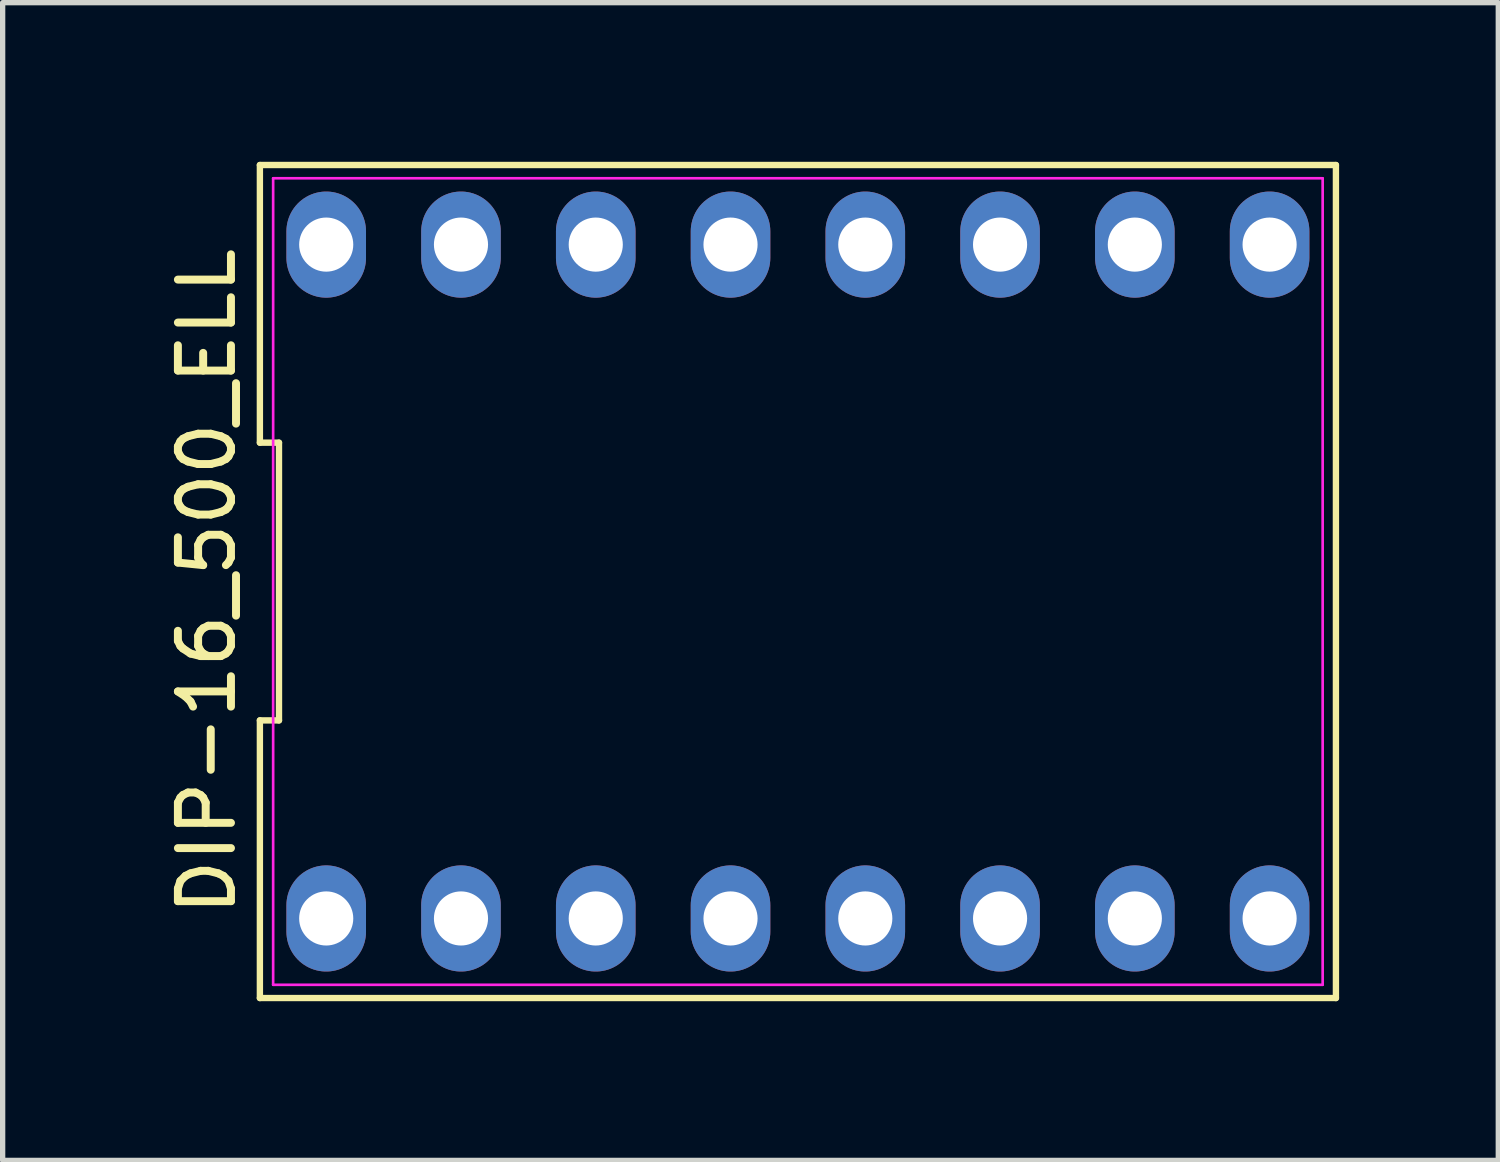
<source format=kicad_pcb>
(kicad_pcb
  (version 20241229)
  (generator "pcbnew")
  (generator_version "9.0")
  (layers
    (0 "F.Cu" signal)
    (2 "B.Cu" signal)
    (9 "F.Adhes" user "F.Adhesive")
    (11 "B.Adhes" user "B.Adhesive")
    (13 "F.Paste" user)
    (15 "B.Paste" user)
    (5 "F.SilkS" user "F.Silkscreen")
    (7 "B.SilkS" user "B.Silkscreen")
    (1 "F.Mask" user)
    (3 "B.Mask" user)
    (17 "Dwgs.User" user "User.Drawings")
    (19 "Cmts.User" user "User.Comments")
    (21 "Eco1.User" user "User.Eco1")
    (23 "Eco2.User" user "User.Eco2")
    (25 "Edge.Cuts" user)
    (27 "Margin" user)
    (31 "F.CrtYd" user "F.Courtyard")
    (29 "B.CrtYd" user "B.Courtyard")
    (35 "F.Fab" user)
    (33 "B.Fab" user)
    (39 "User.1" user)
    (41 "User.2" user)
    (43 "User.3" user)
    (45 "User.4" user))
  (footprint "DIP-16_500_ELL"
    (layer "F.Cu")
    (at 11.988 7.91)
    (property "Reference" "DIP-16_500_ELL" (at -11.14 0 90) (layer "F.SilkS") (effects (font (size 1 1) (thickness 0.15))))
    (attr through_hole)
    (fp_line (start -10.14 -7.85) (end -10.14 -2.617) (stroke (width 0.12) (type default)) (layer "F.SilkS"))
    (fp_line (start -10.14 -2.617) (end -9.78 -2.617) (stroke (width 0.12) (type default)) (layer "F.SilkS"))
    (fp_line (start -10.14 2.617) (end -10.14 7.85) (stroke (width 0.12) (type default)) (layer "F.SilkS"))
    (fp_line (start -10.14 7.85) (end 10.14 7.85) (stroke (width 0.12) (type default)) (layer "F.SilkS"))
    (fp_line (start -9.78 -2.617) (end -9.78 2.617) (stroke (width 0.12) (type default)) (layer "F.SilkS"))
    (fp_line (start -9.78 2.617) (end -10.14 2.617) (stroke (width 0.12) (type default)) (layer "F.SilkS"))
    (fp_line (start 10.14 -7.85) (end -10.14 -7.85) (stroke (width 0.12) (type default)) (layer "F.SilkS"))
    (fp_line (start 10.14 7.85) (end 10.14 -7.85) (stroke (width 0.12) (type default)) (layer "F.SilkS"))
    (fp_line (start -9.89 -7.6) (end 9.89 -7.6) (stroke (width 0.05) (type default)) (layer "F.CrtYd"))
    (fp_line (start -9.89 7.6) (end -9.89 -7.6) (stroke (width 0.05) (type default)) (layer "F.CrtYd"))
    (fp_line (start 9.89 -7.6) (end 9.89 7.6) (stroke (width 0.05) (type default)) (layer "F.CrtYd"))
    (fp_line (start 9.89 7.6) (end -9.89 7.6) (stroke (width 0.05) (type default)) (layer "F.CrtYd"))
    (pad "1" thru_hole oval (at -8.89 6.35) (size 1.5 2) (drill 1.02) (layers "*.Cu" "*.Mask"))
    (pad "2" thru_hole oval (at -6.35 6.35) (size 1.5 2) (drill 1.02) (layers "*.Cu" "*.Mask"))
    (pad "3" thru_hole oval (at -3.81 6.35) (size 1.5 2) (drill 1.02) (layers "*.Cu" "*.Mask"))
    (pad "4" thru_hole oval (at -1.27 6.35) (size 1.5 2) (drill 1.02) (layers "*.Cu" "*.Mask"))
    (pad "5" thru_hole oval (at 1.27 6.35) (size 1.5 2) (drill 1.02) (layers "*.Cu" "*.Mask"))
    (pad "6" thru_hole oval (at 3.81 6.35) (size 1.5 2) (drill 1.02) (layers "*.Cu" "*.Mask"))
    (pad "7" thru_hole oval (at 6.35 6.35) (size 1.5 2) (drill 1.02) (layers "*.Cu" "*.Mask"))
    (pad "8" thru_hole oval (at 8.89 6.35) (size 1.5 2) (drill 1.02) (layers "*.Cu" "*.Mask"))
    (pad "9" thru_hole oval (at 8.89 -6.35) (size 1.5 2) (drill 1.02) (layers "*.Cu" "*.Mask"))
    (pad "10" thru_hole oval (at 6.35 -6.35) (size 1.5 2) (drill 1.02) (layers "*.Cu" "*.Mask"))
    (pad "11" thru_hole oval (at 3.81 -6.35) (size 1.5 2) (drill 1.02) (layers "*.Cu" "*.Mask"))
    (pad "12" thru_hole oval (at 1.27 -6.35) (size 1.5 2) (drill 1.02) (layers "*.Cu" "*.Mask"))
    (pad "13" thru_hole oval (at -1.27 -6.35) (size 1.5 2) (drill 1.02) (layers "*.Cu" "*.Mask"))
    (pad "14" thru_hole oval (at -3.81 -6.35) (size 1.5 2) (drill 1.02) (layers "*.Cu" "*.Mask"))
    (pad "15" thru_hole oval (at -6.35 -6.35) (size 1.5 2) (drill 1.02) (layers "*.Cu" "*.Mask"))
    (pad "16" thru_hole oval (at -8.89 -6.35) (size 1.5 2) (drill 1.02) (layers "*.Cu" "*.Mask")))
  (gr_rect
    (start -3 -3)
    (end 25.188 18.82)
    (stroke (width 0.1) (type default))
    (fill no)
    (layer "Edge.Cuts")))
</source>
